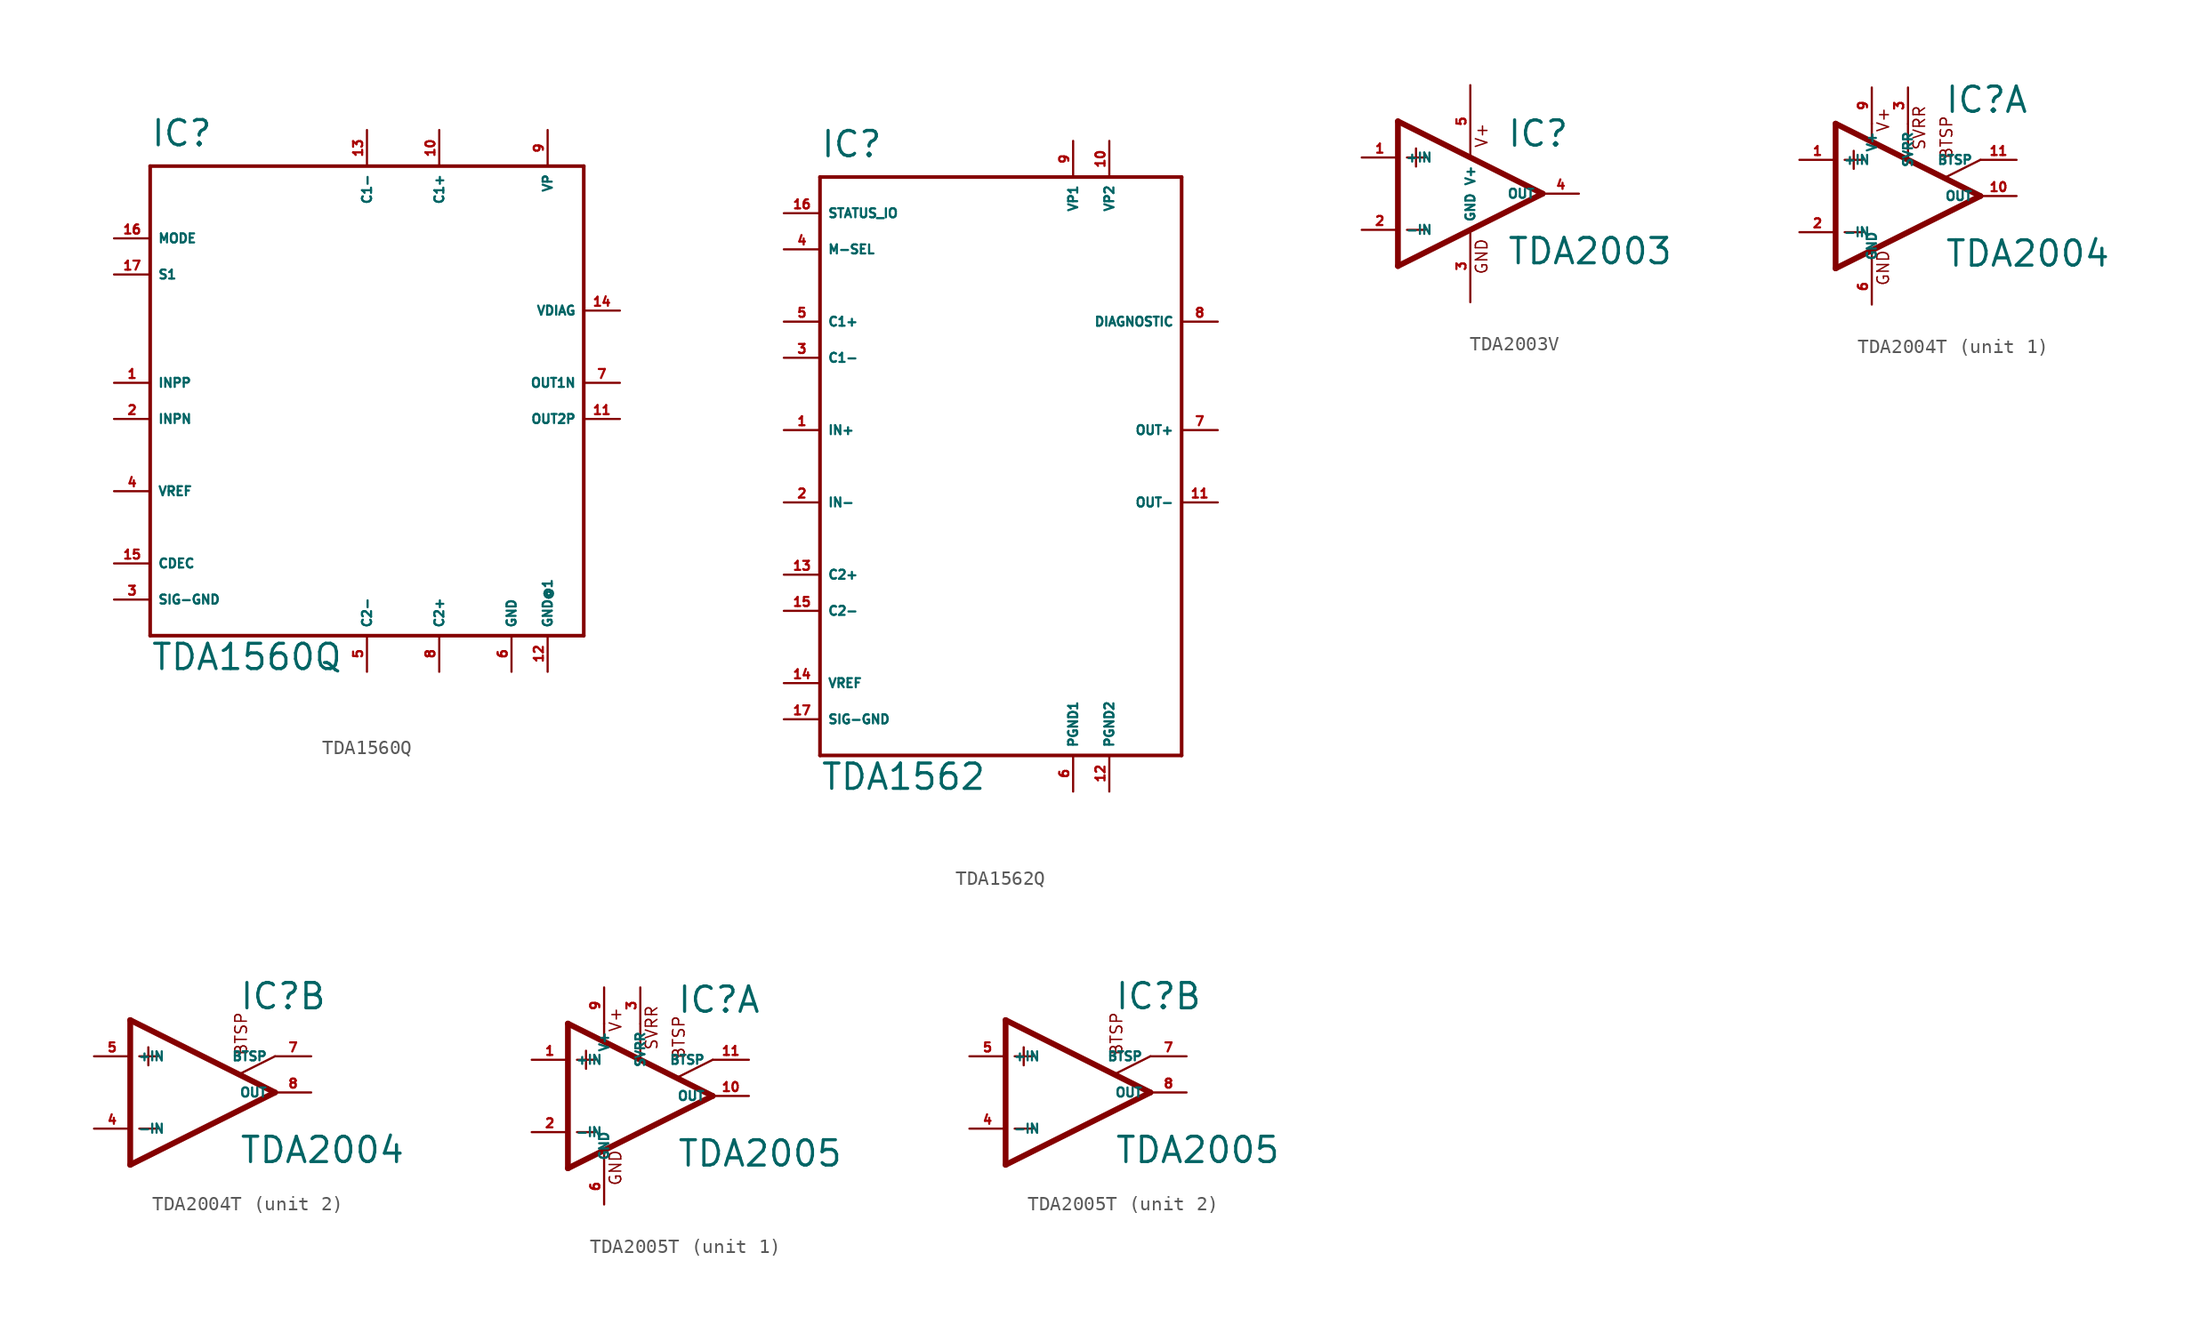
<source format=kicad_sym>
(kicad_symbol_lib
  (version 20220914)
  (generator Eagle2Kicad)
  (symbol "TDA1560Q"
    (property "Reference" "IC"
      (at -15.24 16.51 0)
      (effects (font (size 1.778 1.778) (thickness 0.22)) (justify left bottom)))
    (property "Value" "TDA1560Q"
      (at -15.24 -20.32 0)
      (effects (font (size 1.778 1.778) (thickness 0.22)) (justify left bottom)))
    (polyline
      (pts (xy -15.24 15.24) (xy 15.24 15.24))
      (stroke (width 0.254) (type default))
      (fill (type none)))
    (polyline
      (pts (xy 15.24 15.24) (xy 15.24 -17.78))
      (stroke (width 0.254) (type default))
      (fill (type none)))
    (polyline
      (pts (xy 15.24 -17.78) (xy -15.24 -17.78))
      (stroke (width 0.254) (type default))
      (fill (type none)))
    (polyline
      (pts (xy -15.24 -17.78) (xy -15.24 15.24))
      (stroke (width 0.254) (type default))
      (fill (type none)))
    (pin unspecified line
      (at 12.7 17.78 270)
      (length 2.54)
      (name "VP" (effects (font (size 0.635 0.635) (thickness 0.08)) (justify left bottom)))
      (number "9" (effects (font (size 0.635 0.635) (thickness 0.08)) (justify left bottom))))
    (pin unspecified line
      (at 10.16 -20.32 90)
      (length 2.54)
      (name "GND" (effects (font (size 0.635 0.635) (thickness 0.08)) (justify left bottom)))
      (number "6" (effects (font (size 0.635 0.635) (thickness 0.08)) (justify left bottom))))
    (pin unspecified line
      (at 12.7 -20.32 90)
      (length 2.54)
      (name "GND@1" (effects (font (size 0.635 0.635) (thickness 0.08)) (justify left bottom)))
      (number "12" (effects (font (size 0.635 0.635) (thickness 0.08)) (justify left bottom))))
    (pin passive line
      (at 5.08 17.78 270)
      (length 2.54)
      (name "C1+" (effects (font (size 0.635 0.635) (thickness 0.08)) (justify left bottom)))
      (number "10" (effects (font (size 0.635 0.635) (thickness 0.08)) (justify left bottom))))
    (pin passive line
      (at 0 17.78 270)
      (length 2.54)
      (name "C1-" (effects (font (size 0.635 0.635) (thickness 0.08)) (justify left bottom)))
      (number "13" (effects (font (size 0.635 0.635) (thickness 0.08)) (justify left bottom))))
    (pin passive line
      (at 5.08 -20.32 90)
      (length 2.54)
      (name "C2+" (effects (font (size 0.635 0.635) (thickness 0.08)) (justify left bottom)))
      (number "8" (effects (font (size 0.635 0.635) (thickness 0.08)) (justify left bottom))))
    (pin passive line
      (at 0 -20.32 90)
      (length 2.54)
      (name "C2-" (effects (font (size 0.635 0.635) (thickness 0.08)) (justify left bottom)))
      (number "5" (effects (font (size 0.635 0.635) (thickness 0.08)) (justify left bottom))))
    (pin input line
      (at -17.78 7.62 0)
      (length 2.54)
      (name "S1" (effects (font (size 0.635 0.635) (thickness 0.08)) (justify left bottom)))
      (number "17" (effects (font (size 0.635 0.635) (thickness 0.08)) (justify left bottom))))
    (pin passive line
      (at -17.78 -7.62 0)
      (length 2.54)
      (name "VREF" (effects (font (size 0.635 0.635) (thickness 0.08)) (justify left bottom)))
      (number "4" (effects (font (size 0.635 0.635) (thickness 0.08)) (justify left bottom))))
    (pin input line
      (at -17.78 -15.24 0)
      (length 2.54)
      (name "SIG-GND" (effects (font (size 0.635 0.635) (thickness 0.08)) (justify left bottom)))
      (number "3" (effects (font (size 0.635 0.635) (thickness 0.08)) (justify left bottom))))
    (pin input line
      (at -17.78 0 0)
      (length 2.54)
      (name "INPP" (effects (font (size 0.635 0.635) (thickness 0.08)) (justify left bottom)))
      (number "1" (effects (font (size 0.635 0.635) (thickness 0.08)) (justify left bottom))))
    (pin input line
      (at -17.78 -2.54 0)
      (length 2.54)
      (name "INPN" (effects (font (size 0.635 0.635) (thickness 0.08)) (justify left bottom)))
      (number "2" (effects (font (size 0.635 0.635) (thickness 0.08)) (justify left bottom))))
    (pin output line
      (at 17.78 -2.54 180)
      (length 2.54)
      (name "OUT2P" (effects (font (size 0.635 0.635) (thickness 0.08)) (justify left bottom)))
      (number "11" (effects (font (size 0.635 0.635) (thickness 0.08)) (justify left bottom))))
    (pin output line
      (at 17.78 0 180)
      (length 2.54)
      (name "OUT1N" (effects (font (size 0.635 0.635) (thickness 0.08)) (justify left bottom)))
      (number "7" (effects (font (size 0.635 0.635) (thickness 0.08)) (justify left bottom))))
    (pin output line
      (at 17.78 5.08 180)
      (length 2.54)
      (name "VDIAG" (effects (font (size 0.635 0.635) (thickness 0.08)) (justify left bottom)))
      (number "14" (effects (font (size 0.635 0.635) (thickness 0.08)) (justify left bottom))))
    (pin passive line
      (at -17.78 -12.7 0)
      (length 2.54)
      (name "CDEC" (effects (font (size 0.635 0.635) (thickness 0.08)) (justify left bottom)))
      (number "15" (effects (font (size 0.635 0.635) (thickness 0.08)) (justify left bottom))))
    (pin input line
      (at -17.78 10.16 0)
      (length 2.54)
      (name "MODE" (effects (font (size 0.635 0.635) (thickness 0.08)) (justify left bottom)))
      (number "16" (effects (font (size 0.635 0.635) (thickness 0.08)) (justify left bottom)))))
  (symbol "TDA1562Q"
    (property "Reference" "IC"
      (at -12.7 21.59 0)
      (effects (font (size 1.778 1.778) (thickness 0.22)) (justify left bottom)))
    (property "Value" "TDA1562"
      (at -12.7 -22.86 0)
      (effects (font (size 1.778 1.778) (thickness 0.22)) (justify left bottom)))
    (polyline
      (pts (xy -12.7 20.32) (xy 12.7 20.32))
      (stroke (width 0.254) (type default))
      (fill (type none)))
    (polyline
      (pts (xy 12.7 20.32) (xy 12.7 -20.32))
      (stroke (width 0.254) (type default))
      (fill (type none)))
    (polyline
      (pts (xy 12.7 -20.32) (xy -12.7 -20.32))
      (stroke (width 0.254) (type default))
      (fill (type none)))
    (polyline
      (pts (xy -12.7 -20.32) (xy -12.7 20.32))
      (stroke (width 0.254) (type default))
      (fill (type none)))
    (pin unspecified line
      (at 5.08 22.86 270)
      (length 2.54)
      (name "VP1" (effects (font (size 0.635 0.635) (thickness 0.08)) (justify left bottom)))
      (number "9" (effects (font (size 0.635 0.635) (thickness 0.08)) (justify left bottom))))
    (pin unspecified line
      (at 7.62 22.86 270)
      (length 2.54)
      (name "VP2" (effects (font (size 0.635 0.635) (thickness 0.08)) (justify left bottom)))
      (number "10" (effects (font (size 0.635 0.635) (thickness 0.08)) (justify left bottom))))
    (pin unspecified line
      (at 5.08 -22.86 90)
      (length 2.54)
      (name "PGND1" (effects (font (size 0.635 0.635) (thickness 0.08)) (justify left bottom)))
      (number "6" (effects (font (size 0.635 0.635) (thickness 0.08)) (justify left bottom))))
    (pin unspecified line
      (at 7.62 -22.86 90)
      (length 2.54)
      (name "PGND2" (effects (font (size 0.635 0.635) (thickness 0.08)) (justify left bottom)))
      (number "12" (effects (font (size 0.635 0.635) (thickness 0.08)) (justify left bottom))))
    (pin passive line
      (at -15.24 10.16 0)
      (length 2.54)
      (name "C1+" (effects (font (size 0.635 0.635) (thickness 0.08)) (justify left bottom)))
      (number "5" (effects (font (size 0.635 0.635) (thickness 0.08)) (justify left bottom))))
    (pin passive line
      (at -15.24 7.62 0)
      (length 2.54)
      (name "C1-" (effects (font (size 0.635 0.635) (thickness 0.08)) (justify left bottom)))
      (number "3" (effects (font (size 0.635 0.635) (thickness 0.08)) (justify left bottom))))
    (pin passive line
      (at -15.24 -7.62 0)
      (length 2.54)
      (name "C2+" (effects (font (size 0.635 0.635) (thickness 0.08)) (justify left bottom)))
      (number "13" (effects (font (size 0.635 0.635) (thickness 0.08)) (justify left bottom))))
    (pin passive line
      (at -15.24 -10.16 0)
      (length 2.54)
      (name "C2-" (effects (font (size 0.635 0.635) (thickness 0.08)) (justify left bottom)))
      (number "15" (effects (font (size 0.635 0.635) (thickness 0.08)) (justify left bottom))))
    (pin input line
      (at -15.24 17.78 0)
      (length 2.54)
      (name "STATUS_IO" (effects (font (size 0.635 0.635) (thickness 0.08)) (justify left bottom)))
      (number "16" (effects (font (size 0.635 0.635) (thickness 0.08)) (justify left bottom))))
    (pin input line
      (at -15.24 15.24 0)
      (length 2.54)
      (name "M-SEL" (effects (font (size 0.635 0.635) (thickness 0.08)) (justify left bottom)))
      (number "4" (effects (font (size 0.635 0.635) (thickness 0.08)) (justify left bottom))))
    (pin input line
      (at -15.24 -15.24 0)
      (length 2.54)
      (name "VREF" (effects (font (size 0.635 0.635) (thickness 0.08)) (justify left bottom)))
      (number "14" (effects (font (size 0.635 0.635) (thickness 0.08)) (justify left bottom))))
    (pin input line
      (at -15.24 -17.78 0)
      (length 2.54)
      (name "SIG-GND" (effects (font (size 0.635 0.635) (thickness 0.08)) (justify left bottom)))
      (number "17" (effects (font (size 0.635 0.635) (thickness 0.08)) (justify left bottom))))
    (pin input line
      (at -15.24 2.54 0)
      (length 2.54)
      (name "IN+" (effects (font (size 0.635 0.635) (thickness 0.08)) (justify left bottom)))
      (number "1" (effects (font (size 0.635 0.635) (thickness 0.08)) (justify left bottom))))
    (pin input line
      (at -15.24 -2.54 0)
      (length 2.54)
      (name "IN-" (effects (font (size 0.635 0.635) (thickness 0.08)) (justify left bottom)))
      (number "2" (effects (font (size 0.635 0.635) (thickness 0.08)) (justify left bottom))))
    (pin output line
      (at 15.24 2.54 180)
      (length 2.54)
      (name "OUT+" (effects (font (size 0.635 0.635) (thickness 0.08)) (justify left bottom)))
      (number "7" (effects (font (size 0.635 0.635) (thickness 0.08)) (justify left bottom))))
    (pin output line
      (at 15.24 -2.54 180)
      (length 2.54)
      (name "OUT-" (effects (font (size 0.635 0.635) (thickness 0.08)) (justify left bottom)))
      (number "11" (effects (font (size 0.635 0.635) (thickness 0.08)) (justify left bottom))))
    (pin output line
      (at 15.24 10.16 180)
      (length 2.54)
      (name "DIAGNOSTIC" (effects (font (size 0.635 0.635) (thickness 0.08)) (justify left bottom)))
      (number "8" (effects (font (size 0.635 0.635) (thickness 0.08)) (justify left bottom)))))
  (symbol "TDA2003V"
    (property "Reference" "IC"
      (at 2.54 3.175 0)
      (effects (font (size 1.778 1.778) (thickness 0.22)) (justify left bottom)))
    (property "Value" "TDA2003"
      (at 2.54 -5.08 0)
      (effects (font (size 1.778 1.778) (thickness 0.22)) (justify left bottom)))
    (polyline
      (pts (xy -5.08 5.08) (xy -5.08 -5.08))
      (stroke (width 0.406) (type default))
      (fill (type none)))
    (polyline
      (pts (xy -5.08 -5.08) (xy 5.08 0))
      (stroke (width 0.406) (type default))
      (fill (type none)))
    (polyline
      (pts (xy 5.08 0) (xy -5.08 5.08))
      (stroke (width 0.406) (type default))
      (fill (type none)))
    (polyline
      (pts (xy -3.81 3.175) (xy -3.81 1.905))
      (stroke (width 0.152) (type default))
      (fill (type none)))
    (polyline
      (pts (xy -4.445 2.54) (xy -3.175 2.54))
      (stroke (width 0.152) (type default))
      (fill (type none)))
    (polyline
      (pts (xy -4.445 -2.54) (xy -3.175 -2.54))
      (stroke (width 0.152) (type default))
      (fill (type none)))
    (text "V+"
      (at 1.27 3.175 900)
      (effects (font (size 0.813 0.813) (thickness 0.10)) (justify left bottom)))
    (text "GND"
      (at 1.27 -5.715 900)
      (effects (font (size 0.813 0.813) (thickness 0.10)) (justify left bottom)))
    (pin input line
      (at -7.62 -2.54 0)
      (length 2.54)
      (name "-IN" (effects (font (size 0.635 0.635) (thickness 0.08)) (justify left bottom)))
      (number "2" (effects (font (size 0.635 0.635) (thickness 0.08)) (justify left bottom))))
    (pin input line
      (at -7.62 2.54 0)
      (length 2.54)
      (name "+IN" (effects (font (size 0.635 0.635) (thickness 0.08)) (justify left bottom)))
      (number "1" (effects (font (size 0.635 0.635) (thickness 0.08)) (justify left bottom))))
    (pin output line
      (at 7.62 0 180)
      (length 2.54)
      (name "OUT" (effects (font (size 0.635 0.635) (thickness 0.08)) (justify left bottom)))
      (number "4" (effects (font (size 0.635 0.635) (thickness 0.08)) (justify left bottom))))
    (pin unspecified line
      (at 0 7.62 270)
      (length 5.08)
      (name "V+" (effects (font (size 0.635 0.635) (thickness 0.08)) (justify left bottom)))
      (number "5" (effects (font (size 0.635 0.635) (thickness 0.08)) (justify left bottom))))
    (pin unspecified line
      (at 0 -7.62 90)
      (length 5.08)
      (name "GND" (effects (font (size 0.635 0.635) (thickness 0.08)) (justify left bottom)))
      (number "3" (effects (font (size 0.635 0.635) (thickness 0.08)) (justify left bottom)))))
  (symbol "TDA2004T"
    (property "Reference" "IC"
      (at 2.54 5.715 0)
      (effects (font (size 1.778 1.778) (thickness 0.22)) (justify left bottom)))
    (property "Value" "TDA2004"
      (at 2.54 -5.08 0)
      (effects (font (size 1.778 1.778) (thickness 0.22)) (justify left bottom)))
    (symbol "TDA2004T_1_0"
      (polyline (pts (xy -3.81 3.175) (xy -3.81 1.905)) (stroke (width 0.152) (type default)) (fill (type none)))
      (polyline (pts (xy -4.445 2.54) (xy -3.175 2.54)) (stroke (width 0.152) (type default)) (fill (type none)))
      (polyline (pts (xy -4.445 -2.54) (xy -3.175 -2.54)) (stroke (width 0.152) (type default)) (fill (type none)))
      (polyline (pts (xy -2.54 5.08) (xy -2.54 3.886)) (stroke (width 0.152) (type default)) (fill (type none)))
      (polyline (pts (xy 0 5.055) (xy 0 2.591)) (stroke (width 0.152) (type default)) (fill (type none)))
      (polyline (pts (xy -2.54 -3.886) (xy -2.54 -5.029)) (stroke (width 0.152) (type default)) (fill (type none)))
      (polyline (pts (xy 5.08 2.54) (xy 2.591 1.295)) (stroke (width 0.152) (type default)) (fill (type none)))
      (polyline (pts (xy 5.08 0) (xy -5.08 5.08)) (stroke (width 0.406) (type default)) (fill (type none)))
      (polyline (pts (xy -5.08 5.08) (xy -5.08 -5.08)) (stroke (width 0.406) (type default)) (fill (type none)))
      (polyline (pts (xy -5.08 -5.08) (xy 5.08 0)) (stroke (width 0.406) (type default)) (fill (type none)))
      (text "SVRR" (at 1.27 3.175 900) (effects (font (size 0.813 0.813) (thickness 0.10)) (justify left bottom)))
      (text "BTSP" (at 3.175 2.54 900) (effects (font (size 0.813 0.813) (thickness 0.10)) (justify left bottom)))
      (text "V+" (at -1.27 4.445 900) (effects (font (size 0.813 0.813) (thickness 0.10)) (justify left bottom)))
      (text "GND" (at -1.27 -6.35 900) (effects (font (size 0.813 0.813) (thickness 0.10)) (justify left bottom)))
      (pin passive line (at 7.62 2.54 180) (length 2.54) (name "BTSP" (effects (font (size 0.635 0.635) (thickness 0.08)) (justify left bottom))) (number "11" (effects (font (size 0.635 0.635) (thickness 0.08)) (justify left bottom))))
      (pin passive line (at 0 7.62 270) (length 2.54) (name "SVRR" (effects (font (size 0.635 0.635) (thickness 0.08)) (justify left bottom))) (number "3" (effects (font (size 0.635 0.635) (thickness 0.08)) (justify left bottom))))
      (pin input line (at -7.62 -2.54 0) (length 2.54) (name "-IN" (effects (font (size 0.635 0.635) (thickness 0.08)) (justify left bottom))) (number "2" (effects (font (size 0.635 0.635) (thickness 0.08)) (justify left bottom))))
      (pin input line (at -7.62 2.54 0) (length 2.54) (name "+IN" (effects (font (size 0.635 0.635) (thickness 0.08)) (justify left bottom))) (number "1" (effects (font (size 0.635 0.635) (thickness 0.08)) (justify left bottom))))
      (pin output line (at 7.62 0 180) (length 2.54) (name "OUT" (effects (font (size 0.635 0.635) (thickness 0.08)) (justify left bottom))) (number "10" (effects (font (size 0.635 0.635) (thickness 0.08)) (justify left bottom))))
      (pin unspecified line (at -2.54 7.62 270) (length 2.54) (name "V+" (effects (font (size 0.635 0.635) (thickness 0.08)) (justify left bottom))) (number "9" (effects (font (size 0.635 0.635) (thickness 0.08)) (justify left bottom))))
      (pin unspecified line (at -2.54 -7.62 90) (length 2.54) (name "GND" (effects (font (size 0.635 0.635) (thickness 0.08)) (justify left bottom))) (number "6" (effects (font (size 0.635 0.635) (thickness 0.08)) (justify left bottom)))))
    (symbol "TDA2004T_2_0"
      (polyline (pts (xy -3.81 3.175) (xy -3.81 1.905)) (stroke (width 0.152) (type default)) (fill (type none)))
      (polyline (pts (xy -4.445 2.54) (xy -3.175 2.54)) (stroke (width 0.152) (type default)) (fill (type none)))
      (polyline (pts (xy -4.445 -2.54) (xy -3.175 -2.54)) (stroke (width 0.152) (type default)) (fill (type none)))
      (polyline (pts (xy 5.08 2.54) (xy 2.591 1.295)) (stroke (width 0.152) (type default)) (fill (type none)))
      (polyline (pts (xy 5.08 0) (xy -5.08 5.08)) (stroke (width 0.406) (type default)) (fill (type none)))
      (polyline (pts (xy -5.08 5.08) (xy -5.08 -5.08)) (stroke (width 0.406) (type default)) (fill (type none)))
      (polyline (pts (xy -5.08 -5.08) (xy 5.08 0)) (stroke (width 0.406) (type default)) (fill (type none)))
      (text "BTSP" (at 3.175 2.54 900) (effects (font (size 0.813 0.813) (thickness 0.10)) (justify left bottom)))
      (pin passive line (at 7.62 2.54 180) (length 2.54) (name "BTSP" (effects (font (size 0.635 0.635) (thickness 0.08)) (justify left bottom))) (number "7" (effects (font (size 0.635 0.635) (thickness 0.08)) (justify left bottom))))
      (pin input line (at -7.62 -2.54 0) (length 2.54) (name "-IN" (effects (font (size 0.635 0.635) (thickness 0.08)) (justify left bottom))) (number "4" (effects (font (size 0.635 0.635) (thickness 0.08)) (justify left bottom))))
      (pin input line (at -7.62 2.54 0) (length 2.54) (name "+IN" (effects (font (size 0.635 0.635) (thickness 0.08)) (justify left bottom))) (number "5" (effects (font (size 0.635 0.635) (thickness 0.08)) (justify left bottom))))
      (pin output line (at 7.62 0 180) (length 2.54) (name "OUT" (effects (font (size 0.635 0.635) (thickness 0.08)) (justify left bottom))) (number "8" (effects (font (size 0.635 0.635) (thickness 0.08)) (justify left bottom))))))
  (symbol "TDA2005T"
    (property "Reference" "IC"
      (at 2.54 5.715 0)
      (effects (font (size 1.778 1.778) (thickness 0.22)) (justify left bottom)))
    (property "Value" "TDA2005"
      (at 2.54 -5.08 0)
      (effects (font (size 1.778 1.778) (thickness 0.22)) (justify left bottom)))
    (symbol "TDA2005T_1_0"
      (polyline (pts (xy -3.81 3.175) (xy -3.81 1.905)) (stroke (width 0.152) (type default)) (fill (type none)))
      (polyline (pts (xy -4.445 2.54) (xy -3.175 2.54)) (stroke (width 0.152) (type default)) (fill (type none)))
      (polyline (pts (xy -4.445 -2.54) (xy -3.175 -2.54)) (stroke (width 0.152) (type default)) (fill (type none)))
      (polyline (pts (xy -2.54 5.08) (xy -2.54 3.886)) (stroke (width 0.152) (type default)) (fill (type none)))
      (polyline (pts (xy 0 5.055) (xy 0 2.591)) (stroke (width 0.152) (type default)) (fill (type none)))
      (polyline (pts (xy -2.54 -3.886) (xy -2.54 -5.029)) (stroke (width 0.152) (type default)) (fill (type none)))
      (polyline (pts (xy 5.08 2.54) (xy 2.591 1.295)) (stroke (width 0.152) (type default)) (fill (type none)))
      (polyline (pts (xy 5.08 0) (xy -5.08 5.08)) (stroke (width 0.406) (type default)) (fill (type none)))
      (polyline (pts (xy -5.08 5.08) (xy -5.08 -5.08)) (stroke (width 0.406) (type default)) (fill (type none)))
      (polyline (pts (xy -5.08 -5.08) (xy 5.08 0)) (stroke (width 0.406) (type default)) (fill (type none)))
      (text "SVRR" (at 1.27 3.175 900) (effects (font (size 0.813 0.813) (thickness 0.10)) (justify left bottom)))
      (text "BTSP" (at 3.175 2.54 900) (effects (font (size 0.813 0.813) (thickness 0.10)) (justify left bottom)))
      (text "V+" (at -1.27 4.445 900) (effects (font (size 0.813 0.813) (thickness 0.10)) (justify left bottom)))
      (text "GND" (at -1.27 -6.35 900) (effects (font (size 0.813 0.813) (thickness 0.10)) (justify left bottom)))
      (pin passive line (at 7.62 2.54 180) (length 2.54) (name "BTSP" (effects (font (size 0.635 0.635) (thickness 0.08)) (justify left bottom))) (number "11" (effects (font (size 0.635 0.635) (thickness 0.08)) (justify left bottom))))
      (pin passive line (at 0 7.62 270) (length 2.54) (name "SVRR" (effects (font (size 0.635 0.635) (thickness 0.08)) (justify left bottom))) (number "3" (effects (font (size 0.635 0.635) (thickness 0.08)) (justify left bottom))))
      (pin input line (at -7.62 -2.54 0) (length 2.54) (name "-IN" (effects (font (size 0.635 0.635) (thickness 0.08)) (justify left bottom))) (number "2" (effects (font (size 0.635 0.635) (thickness 0.08)) (justify left bottom))))
      (pin input line (at -7.62 2.54 0) (length 2.54) (name "+IN" (effects (font (size 0.635 0.635) (thickness 0.08)) (justify left bottom))) (number "1" (effects (font (size 0.635 0.635) (thickness 0.08)) (justify left bottom))))
      (pin output line (at 7.62 0 180) (length 2.54) (name "OUT" (effects (font (size 0.635 0.635) (thickness 0.08)) (justify left bottom))) (number "10" (effects (font (size 0.635 0.635) (thickness 0.08)) (justify left bottom))))
      (pin unspecified line (at -2.54 7.62 270) (length 2.54) (name "V+" (effects (font (size 0.635 0.635) (thickness 0.08)) (justify left bottom))) (number "9" (effects (font (size 0.635 0.635) (thickness 0.08)) (justify left bottom))))
      (pin unspecified line (at -2.54 -7.62 90) (length 2.54) (name "GND" (effects (font (size 0.635 0.635) (thickness 0.08)) (justify left bottom))) (number "6" (effects (font (size 0.635 0.635) (thickness 0.08)) (justify left bottom)))))
    (symbol "TDA2005T_2_0"
      (polyline (pts (xy -3.81 3.175) (xy -3.81 1.905)) (stroke (width 0.152) (type default)) (fill (type none)))
      (polyline (pts (xy -4.445 2.54) (xy -3.175 2.54)) (stroke (width 0.152) (type default)) (fill (type none)))
      (polyline (pts (xy -4.445 -2.54) (xy -3.175 -2.54)) (stroke (width 0.152) (type default)) (fill (type none)))
      (polyline (pts (xy 5.08 2.54) (xy 2.591 1.295)) (stroke (width 0.152) (type default)) (fill (type none)))
      (polyline (pts (xy 5.08 0) (xy -5.08 5.08)) (stroke (width 0.406) (type default)) (fill (type none)))
      (polyline (pts (xy -5.08 5.08) (xy -5.08 -5.08)) (stroke (width 0.406) (type default)) (fill (type none)))
      (polyline (pts (xy -5.08 -5.08) (xy 5.08 0)) (stroke (width 0.406) (type default)) (fill (type none)))
      (text "BTSP" (at 3.175 2.54 900) (effects (font (size 0.813 0.813) (thickness 0.10)) (justify left bottom)))
      (pin passive line (at 7.62 2.54 180) (length 2.54) (name "BTSP" (effects (font (size 0.635 0.635) (thickness 0.08)) (justify left bottom))) (number "7" (effects (font (size 0.635 0.635) (thickness 0.08)) (justify left bottom))))
      (pin input line (at -7.62 -2.54 0) (length 2.54) (name "-IN" (effects (font (size 0.635 0.635) (thickness 0.08)) (justify left bottom))) (number "4" (effects (font (size 0.635 0.635) (thickness 0.08)) (justify left bottom))))
      (pin input line (at -7.62 2.54 0) (length 2.54) (name "+IN" (effects (font (size 0.635 0.635) (thickness 0.08)) (justify left bottom))) (number "5" (effects (font (size 0.635 0.635) (thickness 0.08)) (justify left bottom))))
      (pin output line (at 7.62 0 180) (length 2.54) (name "OUT" (effects (font (size 0.635 0.635) (thickness 0.08)) (justify left bottom))) (number "8" (effects (font (size 0.635 0.635) (thickness 0.08)) (justify left bottom)))))))
</source>
